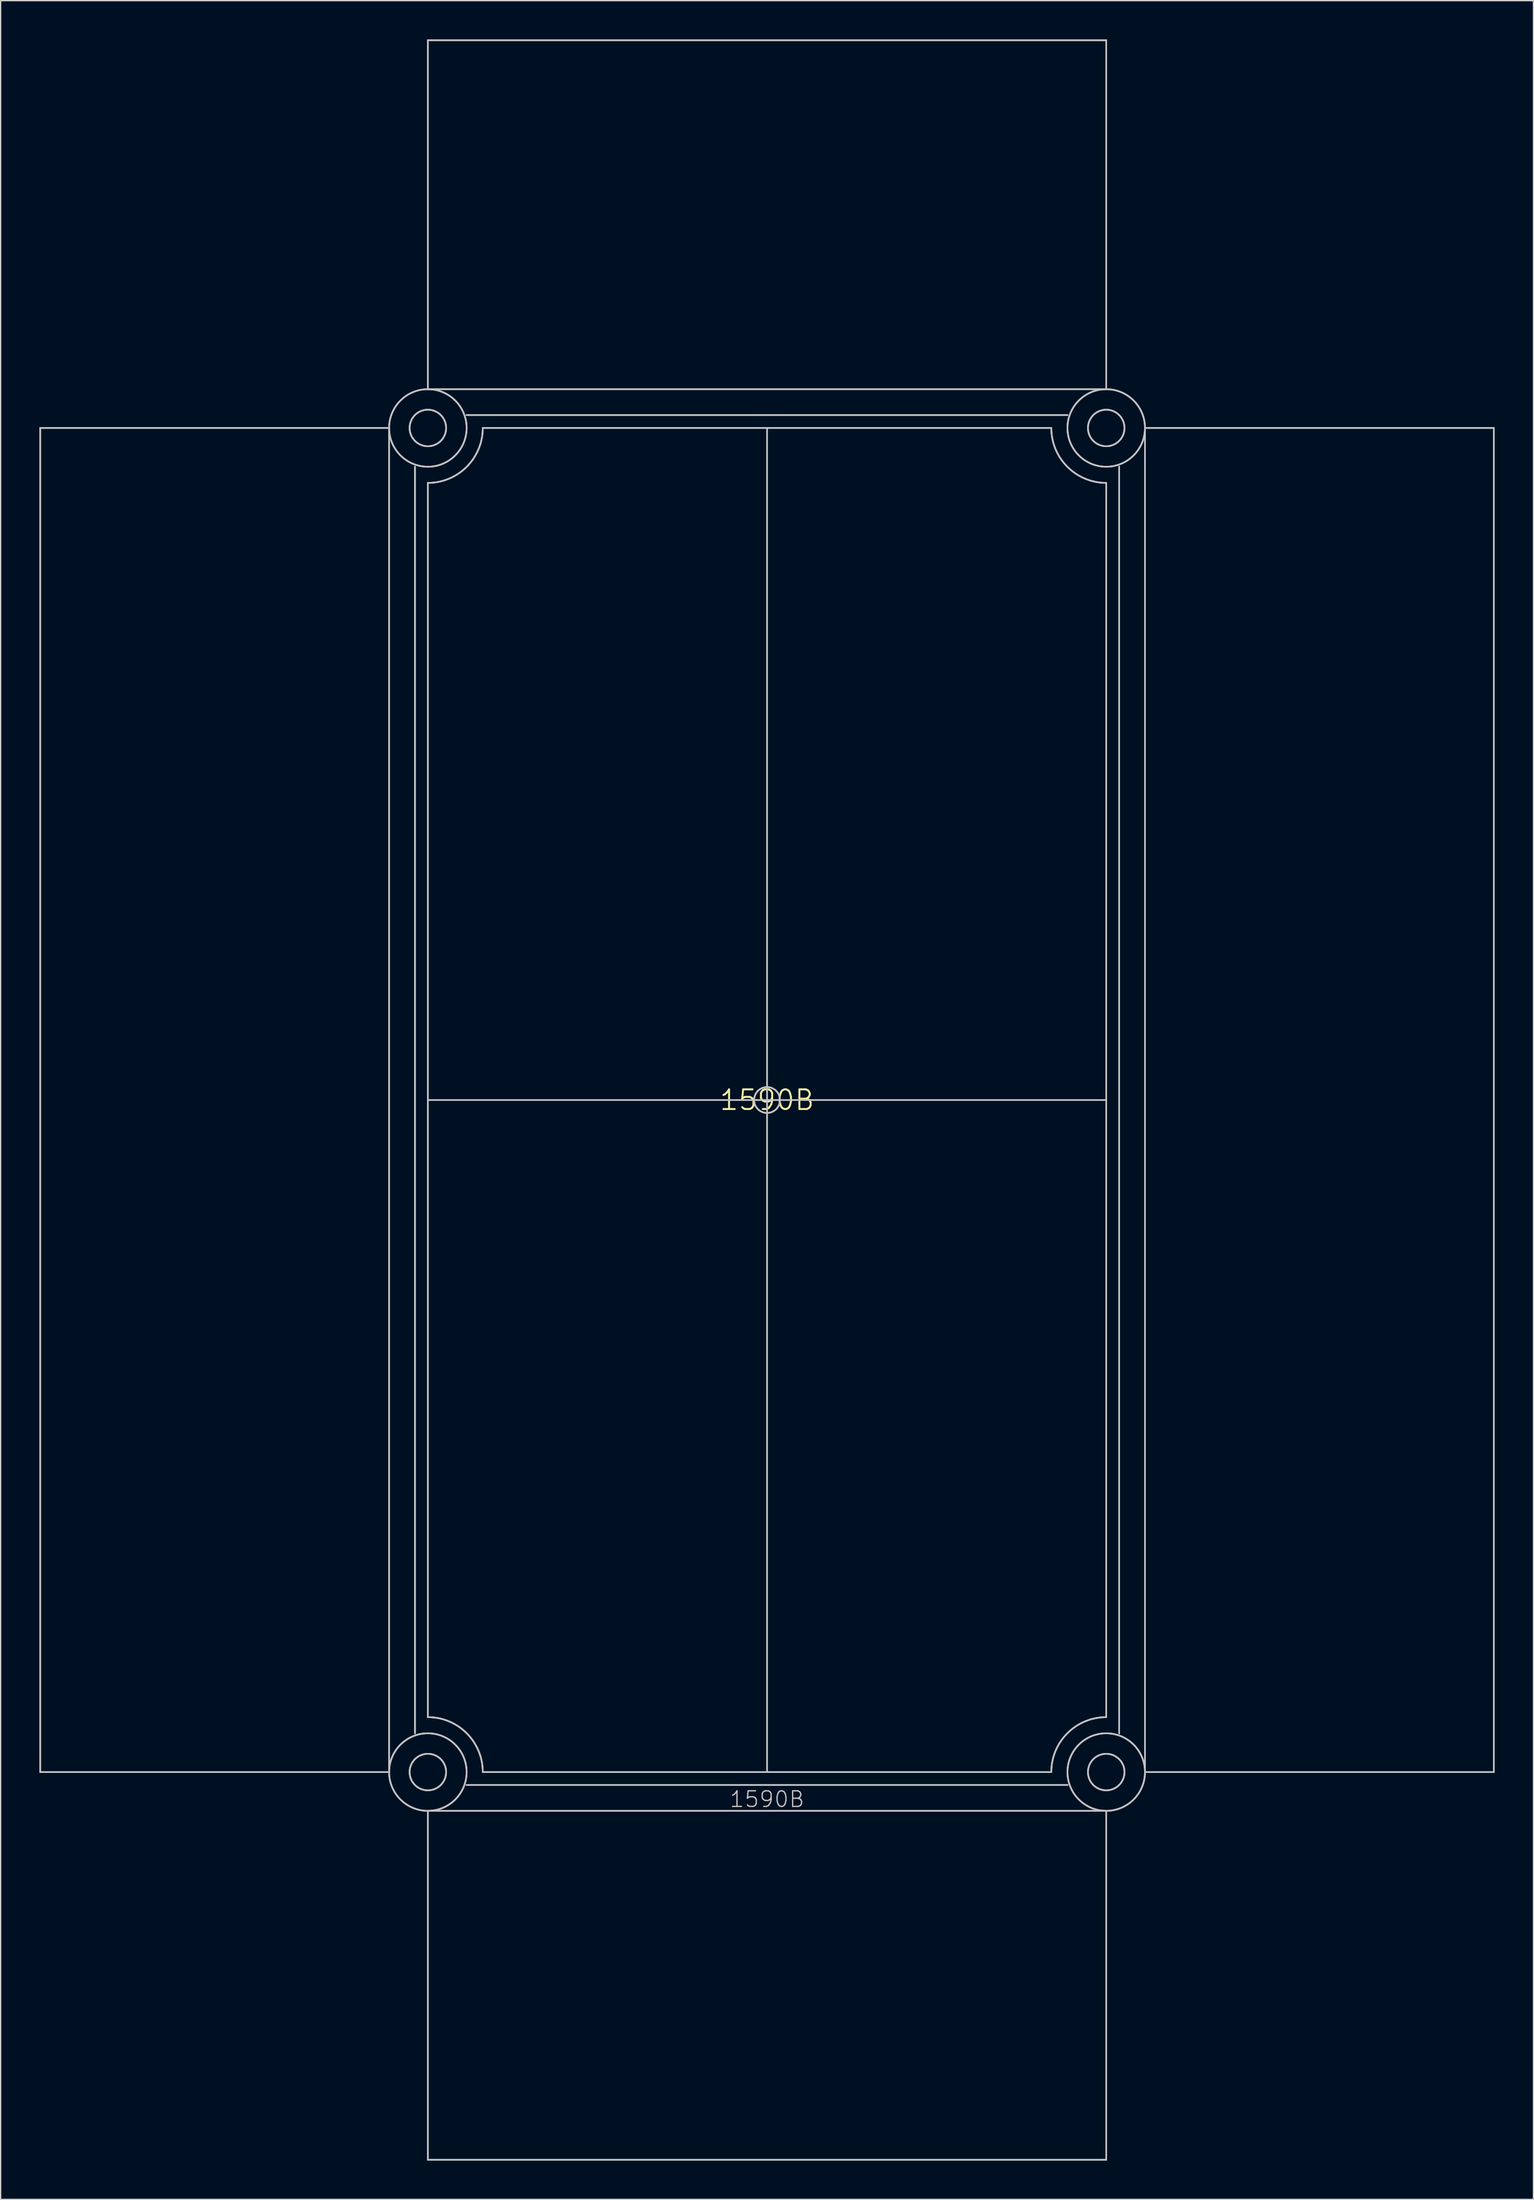
<source format=kicad_pcb>
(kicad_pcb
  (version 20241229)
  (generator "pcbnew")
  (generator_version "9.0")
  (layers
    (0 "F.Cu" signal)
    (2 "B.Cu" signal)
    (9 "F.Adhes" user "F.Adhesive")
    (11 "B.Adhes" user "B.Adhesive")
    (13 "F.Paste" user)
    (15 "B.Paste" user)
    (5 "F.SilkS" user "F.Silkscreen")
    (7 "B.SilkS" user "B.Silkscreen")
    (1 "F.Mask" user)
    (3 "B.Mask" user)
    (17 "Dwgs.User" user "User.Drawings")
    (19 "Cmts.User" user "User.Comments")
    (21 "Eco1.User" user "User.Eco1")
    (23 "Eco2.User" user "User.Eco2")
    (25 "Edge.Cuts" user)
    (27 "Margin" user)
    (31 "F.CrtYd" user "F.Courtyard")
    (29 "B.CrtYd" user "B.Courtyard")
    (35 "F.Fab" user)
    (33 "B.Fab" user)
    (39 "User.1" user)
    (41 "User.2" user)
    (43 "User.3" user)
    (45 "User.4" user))
  (footprint "1590B"
    (layer "F.Cu")
    (at 56.313 82.064)
    (property "Reference" "1590B" (at 0 0 0) (layer "F.SilkS") (effects (font (size 1.524 1.524) (thickness 0.15))))
    (attr through_hole)
    (fp_line (start -56.25 -52) (end -56.25 52) (stroke (width 0.127) (type solid)) (layer "Dwgs.User"))
    (fp_line (start -56.25 52) (end -56.25 -52) (stroke (width 0.127) (type solid)) (layer "Dwgs.User"))
    (fp_line (start -29.25 -52) (end -56.25 -52) (stroke (width 0.127) (type solid)) (layer "Dwgs.User"))
    (fp_line (start -29.25 -52) (end -56.25 -52) (stroke (width 0.127) (type solid)) (layer "Dwgs.User"))
    (fp_line (start -29.25 52) (end -56.25 52) (stroke (width 0.127) (type solid)) (layer "Dwgs.User"))
    (fp_line (start -29.25 52) (end -56.25 52) (stroke (width 0.127) (type solid)) (layer "Dwgs.User"))
    (fp_line (start -29.25 52) (end -29.25 -52) (stroke (width 0.127) (type solid)) (layer "Dwgs.User"))
    (fp_line (start -29.25 52) (end -29.25 -52) (stroke (width 0.127) (type solid)) (layer "Dwgs.User"))
    (fp_line (start -27.25 49) (end -27.25 -49) (stroke (width 0.127) (type solid)) (layer "Dwgs.User"))
    (fp_line (start -27.25 49) (end -27.25 -49) (stroke (width 0.127) (type solid)) (layer "Dwgs.User"))
    (fp_line (start -27.25 49) (end -27.25 -49) (stroke (width 0.127) (type solid)) (layer "Dwgs.User"))
    (fp_line (start -26.25 -82) (end 26.25 -82) (stroke (width 0.127) (type solid)) (layer "Dwgs.User"))
    (fp_line (start -26.25 -55) (end -26.25 -82) (stroke (width 0.127) (type solid)) (layer "Dwgs.User"))
    (fp_line (start -26.25 -55) (end -26.25 -82) (stroke (width 0.127) (type solid)) (layer "Dwgs.User"))
    (fp_line (start -26.25 -55) (end 26.25 -55) (stroke (width 0.127) (type solid)) (layer "Dwgs.User"))
    (fp_line (start -26.25 0) (end -26.25 -47.75) (stroke (width 0.127) (type solid)) (layer "Dwgs.User"))
    (fp_line (start -26.25 0) (end -26.25 -47.75) (stroke (width 0.127) (type solid)) (layer "Dwgs.User"))
    (fp_line (start -26.25 47.75) (end -26.25 0) (stroke (width 0.127) (type solid)) (layer "Dwgs.User"))
    (fp_line (start -26.25 47.75) (end -26.25 0) (stroke (width 0.127) (type solid)) (layer "Dwgs.User"))
    (fp_line (start -26.25 55) (end 26.25 55) (stroke (width 0.127) (type solid)) (layer "Dwgs.User"))
    (fp_line (start -26.25 82) (end -26.25 55) (stroke (width 0.127) (type solid)) (layer "Dwgs.User"))
    (fp_line (start -26.25 82) (end -26.25 55) (stroke (width 0.127) (type solid)) (layer "Dwgs.User"))
    (fp_line (start -26.25 82) (end 26.25 82) (stroke (width 0.127) (type solid)) (layer "Dwgs.User"))
    (fp_line (start -23.25 -53) (end 0 -53) (stroke (width 0.127) (type solid)) (layer "Dwgs.User"))
    (fp_line (start -23.25 53) (end 0 53) (stroke (width 0.127) (type solid)) (layer "Dwgs.User"))
    (fp_line (start -22 52) (end 0 52) (stroke (width 0.127) (type solid)) (layer "Dwgs.User"))
    (fp_line (start 0 -53) (end -23.25 -53) (stroke (width 0.127) (type solid)) (layer "Dwgs.User"))
    (fp_line (start 0 -53) (end 23.25 -53) (stroke (width 0.127) (type solid)) (layer "Dwgs.User"))
    (fp_line (start 0 -52) (end -22 -52) (stroke (width 0.127) (type solid)) (layer "Dwgs.User"))
    (fp_line (start 0 -52) (end -22 -52) (stroke (width 0.127) (type solid)) (layer "Dwgs.User"))
    (fp_line (start 0 -52) (end 22 -52) (stroke (width 0.127) (type solid)) (layer "Dwgs.User"))
    (fp_line (start 0 -52) (end 22 -52) (stroke (width 0.127) (type solid)) (layer "Dwgs.User"))
    (fp_line (start 0 0) (end -26.25 0) (stroke (width 0.127) (type solid)) (layer "Dwgs.User"))
    (fp_line (start 0 0) (end -26.25 0) (stroke (width 0.127) (type solid)) (layer "Dwgs.User"))
    (fp_line (start 0 0) (end 0 -52) (stroke (width 0.127) (type solid)) (layer "Dwgs.User"))
    (fp_line (start 0 0) (end 0 -52) (stroke (width 0.127) (type solid)) (layer "Dwgs.User"))
    (fp_line (start 0 0) (end 26.25 0) (stroke (width 0.127) (type solid)) (layer "Dwgs.User"))
    (fp_line (start 0 0) (end 26.25 0) (stroke (width 0.127) (type solid)) (layer "Dwgs.User"))
    (fp_line (start 0 52) (end -22 52) (stroke (width 0.127) (type solid)) (layer "Dwgs.User"))
    (fp_line (start 0 52) (end 0 0) (stroke (width 0.127) (type solid)) (layer "Dwgs.User"))
    (fp_line (start 0 52) (end 0 0) (stroke (width 0.127) (type solid)) (layer "Dwgs.User"))
    (fp_line (start 0 52) (end 22 52) (stroke (width 0.127) (type solid)) (layer "Dwgs.User"))
    (fp_line (start 0 53) (end -23.25 53) (stroke (width 0.127) (type solid)) (layer "Dwgs.User"))
    (fp_line (start 0 53) (end 23.25 53) (stroke (width 0.127) (type solid)) (layer "Dwgs.User"))
    (fp_line (start 22 52) (end 0 52) (stroke (width 0.127) (type solid)) (layer "Dwgs.User"))
    (fp_line (start 23.25 -53) (end 0 -53) (stroke (width 0.127) (type solid)) (layer "Dwgs.User"))
    (fp_line (start 23.25 53) (end 0 53) (stroke (width 0.127) (type solid)) (layer "Dwgs.User"))
    (fp_line (start 26.25 -82) (end -26.25 -82) (stroke (width 0.127) (type solid)) (layer "Dwgs.User"))
    (fp_line (start 26.25 -55) (end -26.25 -55) (stroke (width 0.127) (type solid)) (layer "Dwgs.User"))
    (fp_line (start 26.25 -55) (end 26.25 -82) (stroke (width 0.127) (type solid)) (layer "Dwgs.User"))
    (fp_line (start 26.25 -55) (end 26.25 -82) (stroke (width 0.127) (type solid)) (layer "Dwgs.User"))
    (fp_line (start 26.25 0) (end 26.25 -47.75) (stroke (width 0.127) (type solid)) (layer "Dwgs.User"))
    (fp_line (start 26.25 0) (end 26.25 -47.75) (stroke (width 0.127) (type solid)) (layer "Dwgs.User"))
    (fp_line (start 26.25 47.75) (end 26.25 0) (stroke (width 0.127) (type solid)) (layer "Dwgs.User"))
    (fp_line (start 26.25 47.75) (end 26.25 0) (stroke (width 0.127) (type solid)) (layer "Dwgs.User"))
    (fp_line (start 26.25 55) (end -26.25 55) (stroke (width 0.127) (type solid)) (layer "Dwgs.User"))
    (fp_line (start 26.25 82) (end -26.25 82) (stroke (width 0.127) (type solid)) (layer "Dwgs.User"))
    (fp_line (start 26.25 82) (end 26.25 55) (stroke (width 0.127) (type solid)) (layer "Dwgs.User"))
    (fp_line (start 26.25 82) (end 26.25 55) (stroke (width 0.127) (type solid)) (layer "Dwgs.User"))
    (fp_line (start 27.25 49) (end 27.25 -49) (stroke (width 0.127) (type solid)) (layer "Dwgs.User"))
    (fp_line (start 27.25 49) (end 27.25 -49) (stroke (width 0.127) (type solid)) (layer "Dwgs.User"))
    (fp_line (start 27.25 49) (end 27.25 -49) (stroke (width 0.127) (type solid)) (layer "Dwgs.User"))
    (fp_line (start 29.25 -52) (end 56.25 -52) (stroke (width 0.127) (type solid)) (layer "Dwgs.User"))
    (fp_line (start 29.25 -52) (end 56.25 -52) (stroke (width 0.127) (type solid)) (layer "Dwgs.User"))
    (fp_line (start 29.25 52) (end 29.25 -52) (stroke (width 0.127) (type solid)) (layer "Dwgs.User"))
    (fp_line (start 29.25 52) (end 29.25 -52) (stroke (width 0.127) (type solid)) (layer "Dwgs.User"))
    (fp_line (start 29.25 52) (end 56.25 52) (stroke (width 0.127) (type solid)) (layer "Dwgs.User"))
    (fp_line (start 29.25 52) (end 56.25 52) (stroke (width 0.127) (type solid)) (layer "Dwgs.User"))
    (fp_line (start 56.25 -52) (end 56.25 52) (stroke (width 0.127) (type solid)) (layer "Dwgs.User"))
    (fp_line (start 56.25 52) (end 56.25 -52) (stroke (width 0.127) (type solid)) (layer "Dwgs.User"))
    (fp_arc (start -26.25 47.75) (mid -23.244796 48.994796) (end -22 52) (stroke (width 0.127) (type solid)) (layer "Dwgs.User"))
    (fp_arc (start -26.25 47.75) (mid -23.244796 48.994796) (end -22 52) (stroke (width 0.127) (type solid)) (layer "Dwgs.User"))
    (fp_arc (start -22 -52) (mid -23.244796 -48.994796) (end -26.25 -47.75) (stroke (width 0.127) (type solid)) (layer "Dwgs.User"))
    (fp_arc (start -22 -52) (mid -23.244796 -48.994796) (end -26.25 -47.75) (stroke (width 0.127) (type solid)) (layer "Dwgs.User"))
    (fp_arc (start 22 52) (mid 23.244796 48.994796) (end 26.25 47.75) (stroke (width 0.127) (type solid)) (layer "Dwgs.User"))
    (fp_arc (start 22 52) (mid 23.244796 48.994796) (end 26.25 47.75) (stroke (width 0.127) (type solid)) (layer "Dwgs.User"))
    (fp_arc (start 26.25 -47.75) (mid 23.244796 -48.994796) (end 22 -52) (stroke (width 0.127) (type solid)) (layer "Dwgs.User"))
    (fp_arc (start 26.25 -47.75) (mid 23.244796 -48.994796) (end 22 -52) (stroke (width 0.127) (type solid)) (layer "Dwgs.User"))
    (fp_circle (center -26.25 -52) (end -24.836 -52) (stroke (width 0.127) (type solid)) (fill no) (layer "Dwgs.User"))
    (fp_circle (center -26.25 -52) (end -24.836 -52) (stroke (width 0.127) (type solid)) (fill no) (layer "Dwgs.User"))
    (fp_circle (center -26.25 -52) (end -23.25 -52) (stroke (width 0.127) (type solid)) (fill no) (layer "Dwgs.User"))
    (fp_circle (center -26.25 -52) (end -23.25 -52) (stroke (width 0.127) (type solid)) (fill no) (layer "Dwgs.User"))
    (fp_circle (center -26.25 52) (end -24.836 52) (stroke (width 0.127) (type solid)) (fill no) (layer "Dwgs.User"))
    (fp_circle (center -26.25 52) (end -24.836 52) (stroke (width 0.127) (type solid)) (fill no) (layer "Dwgs.User"))
    (fp_circle (center -26.25 52) (end -23.25 52) (stroke (width 0.127) (type solid)) (fill no) (layer "Dwgs.User"))
    (fp_circle (center -26.25 52) (end -23.25 52) (stroke (width 0.127) (type solid)) (fill no) (layer "Dwgs.User"))
    (fp_circle (center 0 0) (end 1 0) (stroke (width 0.127) (type solid)) (fill no) (layer "Dwgs.User"))
    (fp_circle (center 0 0) (end 1 0) (stroke (width 0.127) (type solid)) (fill no) (layer "Dwgs.User"))
    (fp_circle (center 26.25 -52) (end 27.664 -52) (stroke (width 0.127) (type solid)) (fill no) (layer "Dwgs.User"))
    (fp_circle (center 26.25 -52) (end 27.664 -52) (stroke (width 0.127) (type solid)) (fill no) (layer "Dwgs.User"))
    (fp_circle (center 26.25 -52) (end 29.25 -52) (stroke (width 0.127) (type solid)) (fill no) (layer "Dwgs.User"))
    (fp_circle (center 26.25 -52) (end 29.25 -52) (stroke (width 0.127) (type solid)) (fill no) (layer "Dwgs.User"))
    (fp_circle (center 26.25 52) (end 27.664 52) (stroke (width 0.127) (type solid)) (fill no) (layer "Dwgs.User"))
    (fp_circle (center 26.25 52) (end 27.664 52) (stroke (width 0.127) (type solid)) (fill no) (layer "Dwgs.User"))
    (fp_circle (center 26.25 52) (end 29.25 52) (stroke (width 0.127) (type solid)) (fill no) (layer "Dwgs.User"))
    (fp_circle (center 26.25 52) (end 29.25 52) (stroke (width 0.127) (type solid)) (fill no) (layer "Dwgs.User"))
    (fp_text user "1590B" (at 0 54.102 0) (layer "Dwgs.User") (effects (font (size 1.206 1.206) (thickness 0.102)))))
  (gr_rect
    (start -3 -3)
    (end 115.627 167.127)
    (stroke (width 0.1) (type default))
    (fill no)
    (layer "Edge.Cuts")))
</source>
